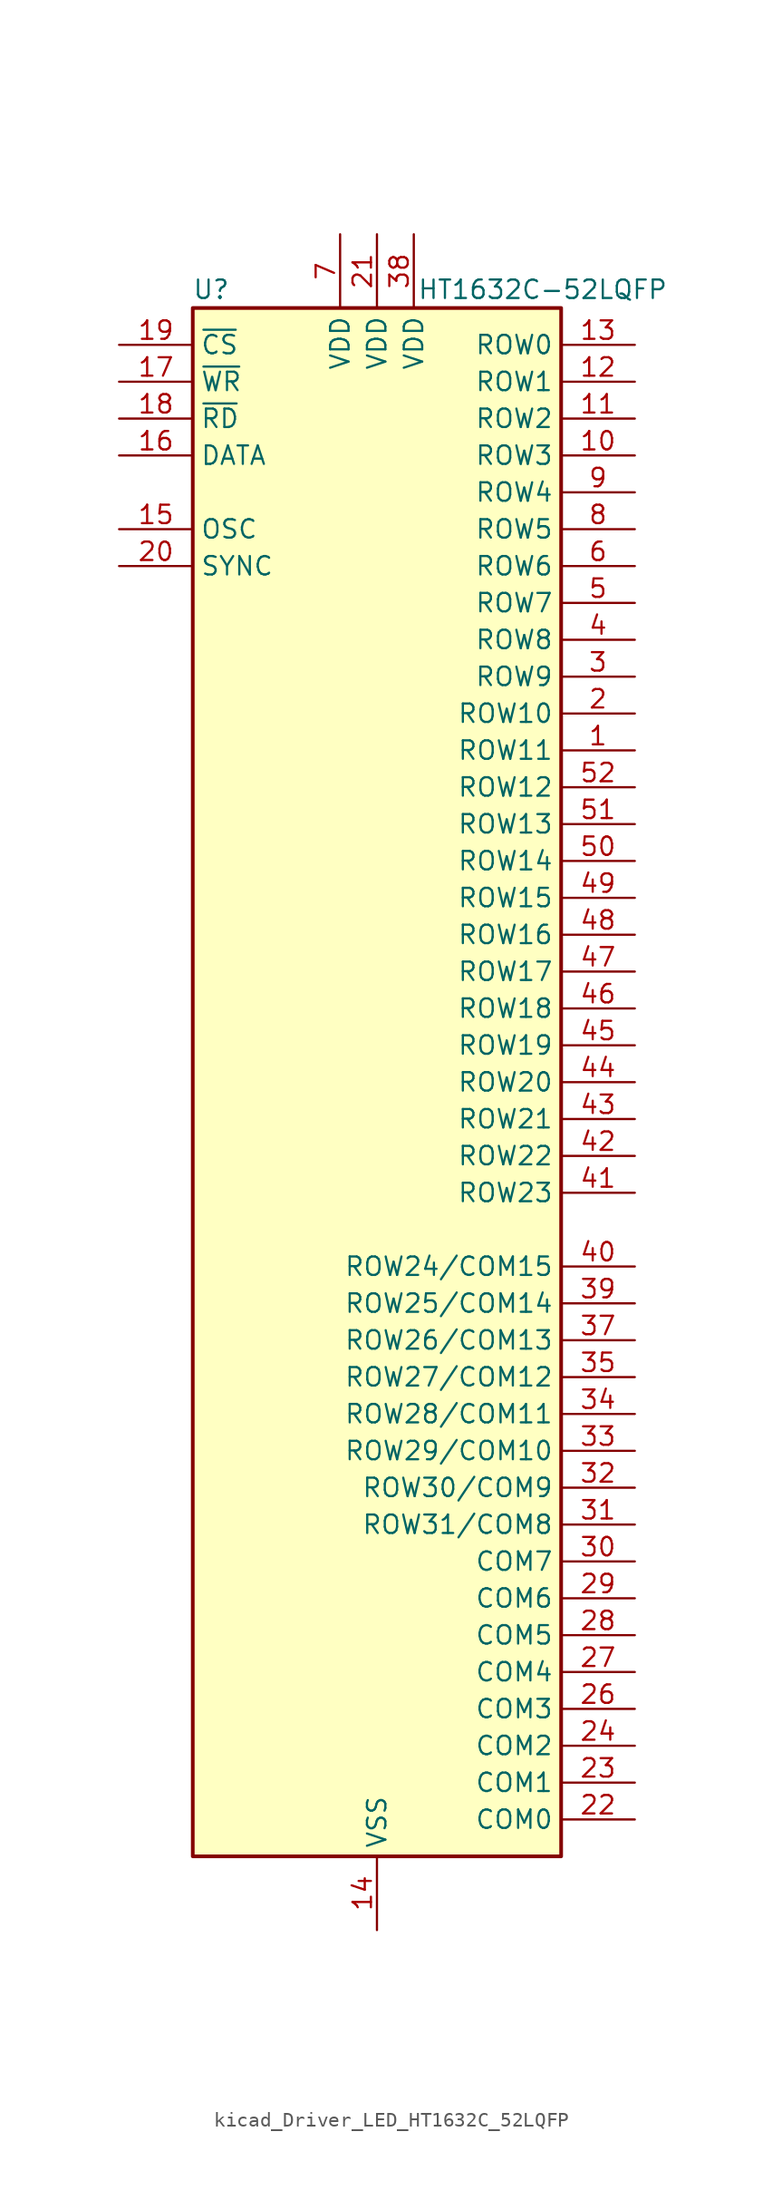
<source format=kicad_sym>
(kicad_symbol_lib
  (version 20220914)
  (generator kicad_symbol_editor)
  (symbol "kicad_Driver_LED_HT1632C_52LQFP"
    (property "Reference" "U"
      (at -11.43 54.61 0)
      (effects (font (size 1.27 1.27))))
    (property "Value" "HT1632C-52LQFP"
      (at 11.43 54.61 0)
      (effects (font (size 1.27 1.27))))
    (symbol "kicad_Driver_LED_HT1632C_52LQFP_0_1"
      (rectangle (start -12.7 53.34) (end 12.7 -53.34) (stroke (width 0.254) (type default)) (fill (type background))))
    (symbol "kicad_Driver_LED_HT1632C_52LQFP_1_1"
      (pin output line (at 17.78 22.86 180) (length 5.08) (name "ROW11" (effects (font (size 1.27 1.27)))) (number "1" (effects (font (size 1.27 1.27)))))
      (pin output line (at 17.78 43.18 180) (length 5.08) (name "ROW3" (effects (font (size 1.27 1.27)))) (number "10" (effects (font (size 1.27 1.27)))))
      (pin output line (at 17.78 45.72 180) (length 5.08) (name "ROW2" (effects (font (size 1.27 1.27)))) (number "11" (effects (font (size 1.27 1.27)))))
      (pin output line (at 17.78 48.26 180) (length 5.08) (name "ROW1" (effects (font (size 1.27 1.27)))) (number "12" (effects (font (size 1.27 1.27)))))
      (pin output line (at 17.78 50.8 180) (length 5.08) (name "ROW0" (effects (font (size 1.27 1.27)))) (number "13" (effects (font (size 1.27 1.27)))))
      (pin power_in line (at 0 -58.42 90) (length 5.08) (name "VSS" (effects (font (size 1.27 1.27)))) (number "14" (effects (font (size 1.27 1.27)))))
      (pin bidirectional line (at -17.78 38.1 0) (length 5.08) (name "OSC" (effects (font (size 1.27 1.27)))) (number "15" (effects (font (size 1.27 1.27)))))
      (pin bidirectional line (at -17.78 43.18 0) (length 5.08) (name "DATA" (effects (font (size 1.27 1.27)))) (number "16" (effects (font (size 1.27 1.27)))))
      (pin input line (at -17.78 48.26 0) (length 5.08) (name "~{WR}" (effects (font (size 1.27 1.27)))) (number "17" (effects (font (size 1.27 1.27)))))
      (pin input line (at -17.78 45.72 0) (length 5.08) (name "~{RD}" (effects (font (size 1.27 1.27)))) (number "18" (effects (font (size 1.27 1.27)))))
      (pin input line (at -17.78 50.8 0) (length 5.08) (name "~{CS}" (effects (font (size 1.27 1.27)))) (number "19" (effects (font (size 1.27 1.27)))))
      (pin output line (at 17.78 25.4 180) (length 5.08) (name "ROW10" (effects (font (size 1.27 1.27)))) (number "2" (effects (font (size 1.27 1.27)))))
      (pin bidirectional line (at -17.78 35.56 0) (length 5.08) (name "SYNC" (effects (font (size 1.27 1.27)))) (number "20" (effects (font (size 1.27 1.27)))))
      (pin power_in line (at 0 58.42 270) (length 5.08) (name "VDD" (effects (font (size 1.27 1.27)))) (number "21" (effects (font (size 1.27 1.27)))))
      (pin output line (at 17.78 -50.8 180) (length 5.08) (name "COM0" (effects (font (size 1.27 1.27)))) (number "22" (effects (font (size 1.27 1.27)))))
      (pin output line (at 17.78 -48.26 180) (length 5.08) (name "COM1" (effects (font (size 1.27 1.27)))) (number "23" (effects (font (size 1.27 1.27)))))
      (pin output line (at 17.78 -45.72 180) (length 5.08) (name "COM2" (effects (font (size 1.27 1.27)))) (number "24" (effects (font (size 1.27 1.27)))))
      (pin passive line (at 0 -58.42 90) (length 5.08) hide (name "VSS" (effects (font (size 1.27 1.27)))) (number "25" (effects (font (size 1.27 1.27)))))
      (pin output line (at 17.78 -43.18 180) (length 5.08) (name "COM3" (effects (font (size 1.27 1.27)))) (number "26" (effects (font (size 1.27 1.27)))))
      (pin output line (at 17.78 -40.64 180) (length 5.08) (name "COM4" (effects (font (size 1.27 1.27)))) (number "27" (effects (font (size 1.27 1.27)))))
      (pin output line (at 17.78 -38.1 180) (length 5.08) (name "COM5" (effects (font (size 1.27 1.27)))) (number "28" (effects (font (size 1.27 1.27)))))
      (pin output line (at 17.78 -35.56 180) (length 5.08) (name "COM6" (effects (font (size 1.27 1.27)))) (number "29" (effects (font (size 1.27 1.27)))))
      (pin output line (at 17.78 27.94 180) (length 5.08) (name "ROW9" (effects (font (size 1.27 1.27)))) (number "3" (effects (font (size 1.27 1.27)))))
      (pin output line (at 17.78 -33.02 180) (length 5.08) (name "COM7" (effects (font (size 1.27 1.27)))) (number "30" (effects (font (size 1.27 1.27)))))
      (pin output line (at 17.78 -30.48 180) (length 5.08) (name "ROW31/COM8" (effects (font (size 1.27 1.27)))) (number "31" (effects (font (size 1.27 1.27)))))
      (pin output line (at 17.78 -27.94 180) (length 5.08) (name "ROW30/COM9" (effects (font (size 1.27 1.27)))) (number "32" (effects (font (size 1.27 1.27)))))
      (pin output line (at 17.78 -25.4 180) (length 5.08) (name "ROW29/COM10" (effects (font (size 1.27 1.27)))) (number "33" (effects (font (size 1.27 1.27)))))
      (pin output line (at 17.78 -22.86 180) (length 5.08) (name "ROW28/COM11" (effects (font (size 1.27 1.27)))) (number "34" (effects (font (size 1.27 1.27)))))
      (pin output line (at 17.78 -20.32 180) (length 5.08) (name "ROW27/COM12" (effects (font (size 1.27 1.27)))) (number "35" (effects (font (size 1.27 1.27)))))
      (pin passive line (at 0 -58.42 90) (length 5.08) hide (name "VSS" (effects (font (size 1.27 1.27)))) (number "36" (effects (font (size 1.27 1.27)))))
      (pin output line (at 17.78 -17.78 180) (length 5.08) (name "ROW26/COM13" (effects (font (size 1.27 1.27)))) (number "37" (effects (font (size 1.27 1.27)))))
      (pin power_in line (at 2.54 58.42 270) (length 5.08) (name "VDD" (effects (font (size 1.27 1.27)))) (number "38" (effects (font (size 1.27 1.27)))))
      (pin output line (at 17.78 -15.24 180) (length 5.08) (name "ROW25/COM14" (effects (font (size 1.27 1.27)))) (number "39" (effects (font (size 1.27 1.27)))))
      (pin output line (at 17.78 30.48 180) (length 5.08) (name "ROW8" (effects (font (size 1.27 1.27)))) (number "4" (effects (font (size 1.27 1.27)))))
      (pin output line (at 17.78 -12.7 180) (length 5.08) (name "ROW24/COM15" (effects (font (size 1.27 1.27)))) (number "40" (effects (font (size 1.27 1.27)))))
      (pin output line (at 17.78 -7.62 180) (length 5.08) (name "ROW23" (effects (font (size 1.27 1.27)))) (number "41" (effects (font (size 1.27 1.27)))))
      (pin output line (at 17.78 -5.08 180) (length 5.08) (name "ROW22" (effects (font (size 1.27 1.27)))) (number "42" (effects (font (size 1.27 1.27)))))
      (pin output line (at 17.78 -2.54 180) (length 5.08) (name "ROW21" (effects (font (size 1.27 1.27)))) (number "43" (effects (font (size 1.27 1.27)))))
      (pin output line (at 17.78 0 180) (length 5.08) (name "ROW20" (effects (font (size 1.27 1.27)))) (number "44" (effects (font (size 1.27 1.27)))))
      (pin output line (at 17.78 2.54 180) (length 5.08) (name "ROW19" (effects (font (size 1.27 1.27)))) (number "45" (effects (font (size 1.27 1.27)))))
      (pin output line (at 17.78 5.08 180) (length 5.08) (name "ROW18" (effects (font (size 1.27 1.27)))) (number "46" (effects (font (size 1.27 1.27)))))
      (pin output line (at 17.78 7.62 180) (length 5.08) (name "ROW17" (effects (font (size 1.27 1.27)))) (number "47" (effects (font (size 1.27 1.27)))))
      (pin output line (at 17.78 10.16 180) (length 5.08) (name "ROW16" (effects (font (size 1.27 1.27)))) (number "48" (effects (font (size 1.27 1.27)))))
      (pin output line (at 17.78 12.7 180) (length 5.08) (name "ROW15" (effects (font (size 1.27 1.27)))) (number "49" (effects (font (size 1.27 1.27)))))
      (pin output line (at 17.78 33.02 180) (length 5.08) (name "ROW7" (effects (font (size 1.27 1.27)))) (number "5" (effects (font (size 1.27 1.27)))))
      (pin output line (at 17.78 15.24 180) (length 5.08) (name "ROW14" (effects (font (size 1.27 1.27)))) (number "50" (effects (font (size 1.27 1.27)))))
      (pin output line (at 17.78 17.78 180) (length 5.08) (name "ROW13" (effects (font (size 1.27 1.27)))) (number "51" (effects (font (size 1.27 1.27)))))
      (pin output line (at 17.78 20.32 180) (length 5.08) (name "ROW12" (effects (font (size 1.27 1.27)))) (number "52" (effects (font (size 1.27 1.27)))))
      (pin output line (at 17.78 35.56 180) (length 5.08) (name "ROW6" (effects (font (size 1.27 1.27)))) (number "6" (effects (font (size 1.27 1.27)))))
      (pin power_in line (at -2.54 58.42 270) (length 5.08) (name "VDD" (effects (font (size 1.27 1.27)))) (number "7" (effects (font (size 1.27 1.27)))))
      (pin output line (at 17.78 38.1 180) (length 5.08) (name "ROW5" (effects (font (size 1.27 1.27)))) (number "8" (effects (font (size 1.27 1.27)))))
      (pin output line (at 17.78 40.64 180) (length 5.08) (name "ROW4" (effects (font (size 1.27 1.27)))) (number "9" (effects (font (size 1.27 1.27))))))))
</source>
